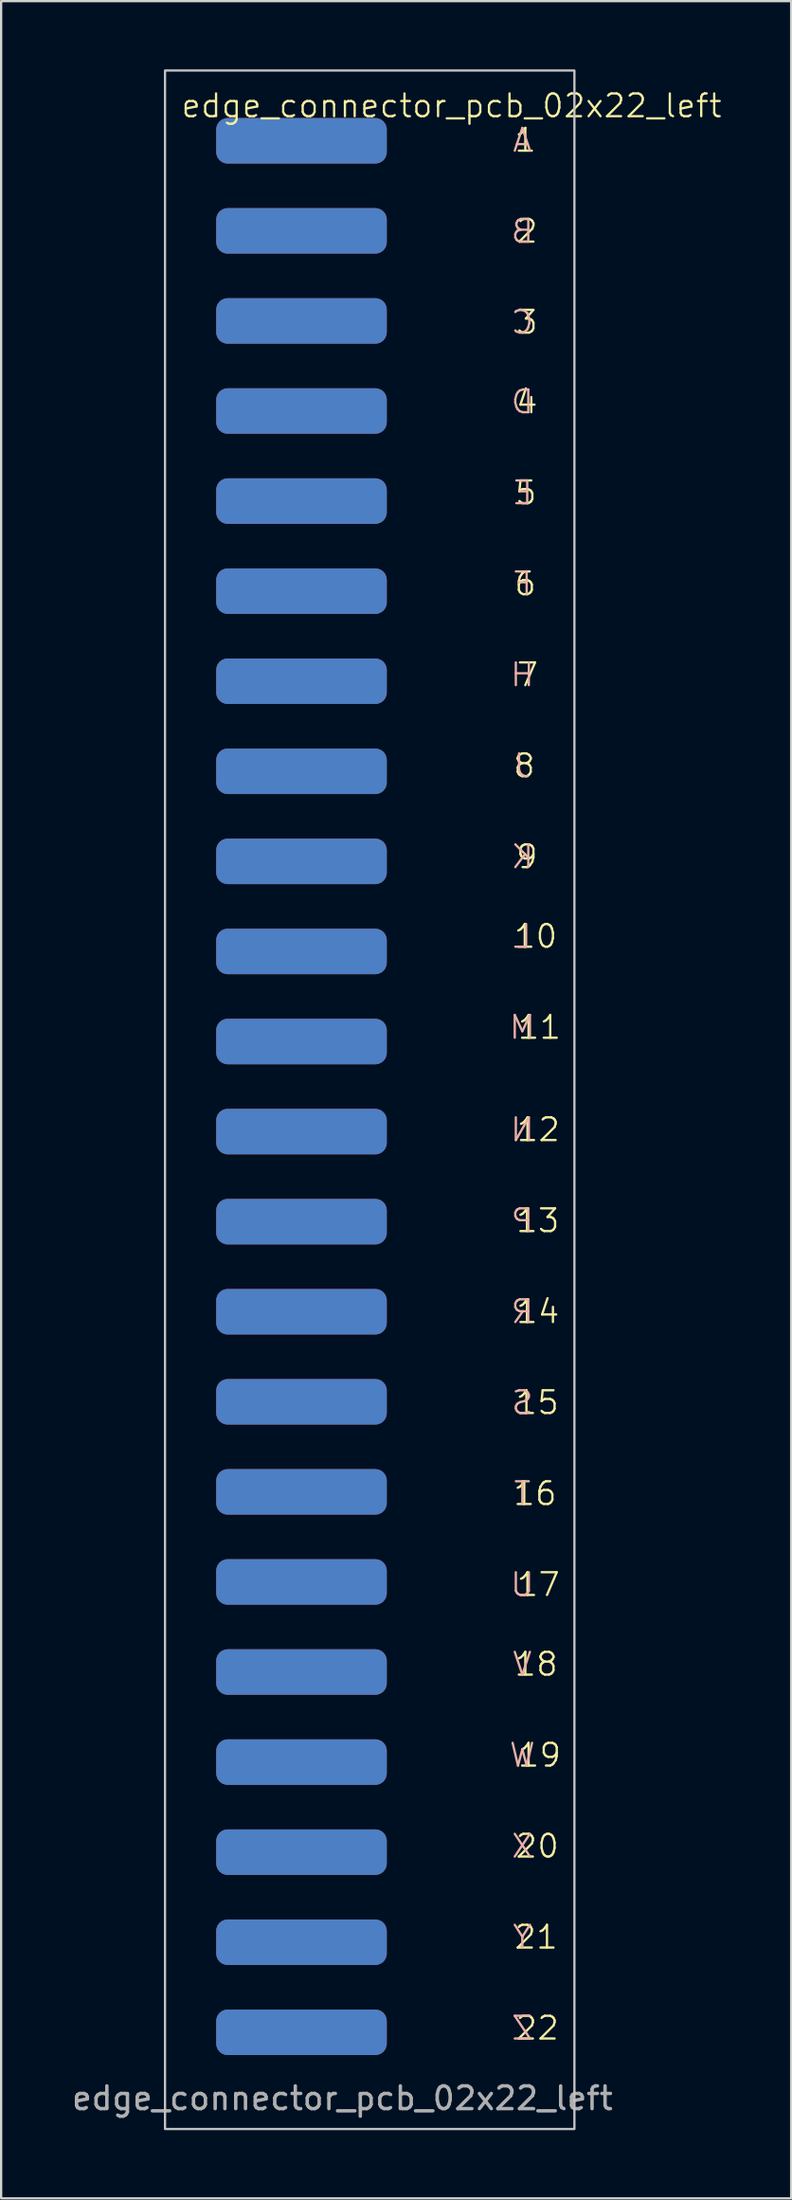
<source format=kicad_pcb>
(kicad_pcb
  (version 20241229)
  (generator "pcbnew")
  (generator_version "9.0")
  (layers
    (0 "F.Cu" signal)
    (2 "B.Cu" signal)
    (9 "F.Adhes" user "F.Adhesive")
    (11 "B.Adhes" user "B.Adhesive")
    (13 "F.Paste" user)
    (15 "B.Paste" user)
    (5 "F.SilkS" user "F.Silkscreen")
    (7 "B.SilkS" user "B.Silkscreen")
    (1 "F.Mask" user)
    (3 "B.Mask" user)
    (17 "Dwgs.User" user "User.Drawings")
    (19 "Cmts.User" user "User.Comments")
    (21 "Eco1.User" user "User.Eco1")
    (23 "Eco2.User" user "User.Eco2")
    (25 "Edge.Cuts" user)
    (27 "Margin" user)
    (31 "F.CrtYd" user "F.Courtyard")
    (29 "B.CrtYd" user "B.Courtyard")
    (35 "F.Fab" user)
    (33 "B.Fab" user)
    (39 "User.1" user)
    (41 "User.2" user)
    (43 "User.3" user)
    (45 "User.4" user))
  (footprint "edge_connector_pcb_02x22_left"
    (layer "F.Cu")
    (at 14.306 43.8)
    (property "Reference" "edge_connector_pcb_02x22_left" (at 2.5 -42.2 0) (unlocked yes) (layer "F.SilkS") (effects (font (size 1 1) (thickness 0.1))))
    (attr smd)
    (fp_rect (start -10.1 -43.75) (end 7.9 46.75) (stroke (width 0.1) (type default)) (fill no) (layer "Dwgs.User"))
    (fp_text user "18" (at 5.2 26.9 0) (unlocked yes) (layer "F.SilkS") (effects (font (size 1 1) (thickness 0.1)) (justify left bottom)))
    (fp_text user "21" (at 5.2 38.9 0) (unlocked yes) (layer "F.SilkS") (effects (font (size 1 1) (thickness 0.1)) (justify left bottom)))
    (fp_text user "3" (at 5.271 -32.1 0) (unlocked yes) (layer "F.SilkS") (effects (font (size 1 1) (thickness 0.1)) (justify left bottom)))
    (fp_text user "17" (at 5.295 23.4 0) (unlocked yes) (layer "F.SilkS") (effects (font (size 1 1) (thickness 0.1)) (justify left bottom)))
    (fp_text user "10" (at 5.176 -5.1 0) (unlocked yes) (layer "F.SilkS") (effects (font (size 1 1) (thickness 0.1)) (justify left bottom)))
    (fp_text user "22" (at 5.248 42.9 0) (unlocked yes) (layer "F.SilkS") (effects (font (size 1 1) (thickness 0.1)) (justify left bottom)))
    (fp_text user "19" (at 5.343 30.9 0) (unlocked yes) (layer "F.SilkS") (effects (font (size 1 1) (thickness 0.1)) (justify left bottom)))
    (fp_text user "5" (at 5.224 -24.6 0) (unlocked yes) (layer "F.SilkS") (effects (font (size 1 1) (thickness 0.1)) (justify left bottom)))
    (fp_text user "15" (at 5.248 15.4 0) (unlocked yes) (layer "F.SilkS") (effects (font (size 1 1) (thickness 0.1)) (justify left bottom)))
    (fp_text user "20" (at 5.248 34.9 0) (unlocked yes) (layer "F.SilkS") (effects (font (size 1 1) (thickness 0.1)) (justify left bottom)))
    (fp_text user "2" (at 5.271 -36.1 0) (unlocked yes) (layer "F.SilkS") (effects (font (size 1 1) (thickness 0.1)) (justify left bottom)))
    (fp_text user "13" (at 5.271 7.4 0) (unlocked yes) (layer "F.SilkS") (effects (font (size 1 1) (thickness 0.1)) (justify left bottom)))
    (fp_text user "6" (at 5.2 -20.6 0) (unlocked yes) (layer "F.SilkS") (effects (font (size 1 1) (thickness 0.1)) (justify left bottom)))
    (fp_text user "12" (at 5.295 3.4 0) (unlocked yes) (layer "F.SilkS") (effects (font (size 1 1) (thickness 0.1)) (justify left bottom)))
    (fp_text user "11" (at 5.343 -1.1 0) (unlocked yes) (layer "F.SilkS") (effects (font (size 1 1) (thickness 0.1)) (justify left bottom)))
    (fp_text user "7" (at 5.295 -16.6 0) (unlocked yes) (layer "F.SilkS") (effects (font (size 1 1) (thickness 0.1)) (justify left bottom)))
    (fp_text user "14" (at 5.271 11.4 0) (unlocked yes) (layer "F.SilkS") (effects (font (size 1 1) (thickness 0.1)) (justify left bottom)))
    (fp_text user "16" (at 5.152 19.4 0) (unlocked yes) (layer "F.SilkS") (effects (font (size 1 1) (thickness 0.1)) (justify left bottom)))
    (fp_text user "1" (at 5.2 -40.1 0) (unlocked yes) (layer "F.SilkS") (effects (font (size 1 1) (thickness 0.1)) (justify left bottom)))
    (fp_text user "9" (at 5.271 -8.6 0) (unlocked yes) (layer "F.SilkS") (effects (font (size 1 1) (thickness 0.1)) (justify left bottom)))
    (fp_text user "4" (at 5.271 -28.6 0) (unlocked yes) (layer "F.SilkS") (effects (font (size 1 1) (thickness 0.1)) (justify left bottom)))
    (fp_text user "8" (at 5.152 -12.6 0) (unlocked yes) (layer "F.SilkS") (effects (font (size 1 1) (thickness 0.1)) (justify left bottom)))
    (fp_text user "W" (at 6.248 30.9 0) (unlocked yes) (layer "B.SilkS") (effects (font (size 1 1) (thickness 0.1)) (justify left bottom mirror)))
    (fp_text user "C" (at 6.176 -32.1 0) (unlocked yes) (layer "B.SilkS") (effects (font (size 1 1) (thickness 0.1)) (justify left bottom mirror)))
    (fp_text user "S" (at 6.152 15.4 0) (unlocked yes) (layer "B.SilkS") (effects (font (size 1 1) (thickness 0.1)) (justify left bottom mirror)))
    (fp_text user "E" (at 6.129 -24.6 0) (unlocked yes) (layer "B.SilkS") (effects (font (size 1 1) (thickness 0.1)) (justify left bottom mirror)))
    (fp_text user "M" (at 6.248 -1.1 0) (unlocked yes) (layer "B.SilkS") (effects (font (size 1 1) (thickness 0.1)) (justify left bottom mirror)))
    (fp_text user "N" (at 6.2 3.4 0) (unlocked yes) (layer "B.SilkS") (effects (font (size 1 1) (thickness 0.1)) (justify left bottom mirror)))
    (fp_text user "L" (at 6.081 -5.1 0) (unlocked yes) (layer "B.SilkS") (effects (font (size 1 1) (thickness 0.1)) (justify left bottom mirror)))
    (fp_text user "K" (at 6.176 -8.6 0) (unlocked yes) (layer "B.SilkS") (effects (font (size 1 1) (thickness 0.1)) (justify left bottom mirror)))
    (fp_text user "U" (at 6.2 23.4 0) (unlocked yes) (layer "B.SilkS") (effects (font (size 1 1) (thickness 0.1)) (justify left bottom mirror)))
    (fp_text user "J" (at 6.057 -12.6 0) (unlocked yes) (layer "B.SilkS") (effects (font (size 1 1) (thickness 0.1)) (justify left bottom mirror)))
    (fp_text user "V" (at 6.105 26.9 0) (unlocked yes) (layer "B.SilkS") (effects (font (size 1 1) (thickness 0.1)) (justify left bottom mirror)))
    (fp_text user "B" (at 6.176 -36.1 0) (unlocked yes) (layer "B.SilkS") (effects (font (size 1 1) (thickness 0.1)) (justify left bottom mirror)))
    (fp_text user "Z" (at 6.152 42.9 0) (unlocked yes) (layer "B.SilkS") (effects (font (size 1 1) (thickness 0.1)) (justify left bottom mirror)))
    (fp_text user "P" (at 6.176 7.4 0) (unlocked yes) (layer "B.SilkS") (effects (font (size 1 1) (thickness 0.1)) (justify left bottom mirror)))
    (fp_text user "F" (at 6.105 -20.6 0) (unlocked yes) (layer "B.SilkS") (effects (font (size 1 1) (thickness 0.1)) (justify left bottom mirror)))
    (fp_text user "H" (at 6.2 -16.6 0) (unlocked yes) (layer "B.SilkS") (effects (font (size 1 1) (thickness 0.1)) (justify left bottom mirror)))
    (fp_text user "R" (at 6.176 11.4 0) (unlocked yes) (layer "B.SilkS") (effects (font (size 1 1) (thickness 0.1)) (justify left bottom mirror)))
    (fp_text user "D" (at 6.176 -28.6 0) (unlocked yes) (layer "B.SilkS") (effects (font (size 1 1) (thickness 0.1)) (justify left bottom mirror)))
    (fp_text user "A" (at 6.105 -40.1 0) (unlocked yes) (layer "B.SilkS") (effects (font (size 1 1) (thickness 0.1)) (justify left bottom mirror)))
    (fp_text user "X" (at 6.152 34.9 0) (unlocked yes) (layer "B.SilkS") (effects (font (size 1 1) (thickness 0.1)) (justify left bottom mirror)))
    (fp_text user "Y" (at 6.105 38.9 0) (unlocked yes) (layer "B.SilkS") (effects (font (size 1 1) (thickness 0.1)) (justify left bottom mirror)))
    (fp_text user "T" (at 6.057 19.4 0) (unlocked yes) (layer "B.SilkS") (effects (font (size 1 1) (thickness 0.1)) (justify left bottom mirror)))
    (fp_text user "${REFERENCE}" (at -2.3 45.4 0) (unlocked yes) (layer "F.Fab") (effects (font (size 1 1) (thickness 0.15))))
    (pad "1" smd roundrect (at -4.1 -40.66) (size 7.5 2) (layers "F.Cu" "F.Mask" "F.Paste") (roundrect_rratio 0.25))
    (pad "2" smd roundrect (at -4.1 -36.7) (size 7.5 2) (layers "F.Cu" "F.Mask" "F.Paste") (roundrect_rratio 0.25))
    (pad "3" smd roundrect (at -4.1 -32.74) (size 7.5 2) (layers "F.Cu" "F.Mask" "F.Paste") (roundrect_rratio 0.25))
    (pad "4" smd roundrect (at -4.1 -28.78) (size 7.5 2) (layers "F.Cu" "F.Mask" "F.Paste") (roundrect_rratio 0.25))
    (pad "5" smd roundrect (at -4.1 -24.82) (size 7.5 2) (layers "F.Cu" "F.Mask" "F.Paste") (roundrect_rratio 0.25))
    (pad "6" smd roundrect (at -4.1 -20.86) (size 7.5 2) (layers "F.Cu" "F.Mask" "F.Paste") (roundrect_rratio 0.25))
    (pad "7" smd roundrect (at -4.1 -16.9) (size 7.5 2) (layers "F.Cu" "F.Mask" "F.Paste") (roundrect_rratio 0.25))
    (pad "8" smd roundrect (at -4.1 -12.94) (size 7.5 2) (layers "F.Cu" "F.Mask" "F.Paste") (roundrect_rratio 0.25))
    (pad "9" smd roundrect (at -4.1 -8.98) (size 7.5 2) (layers "F.Cu" "F.Mask" "F.Paste") (roundrect_rratio 0.25))
    (pad "10" smd roundrect (at -4.1 -5.02) (size 7.5 2) (layers "F.Cu" "F.Mask" "F.Paste") (roundrect_rratio 0.25))
    (pad "11" smd roundrect (at -4.1 -1.06) (size 7.5 2) (layers "F.Cu" "F.Mask" "F.Paste") (roundrect_rratio 0.25))
    (pad "12" smd roundrect (at -4.1 2.9) (size 7.5 2) (layers "F.Cu" "F.Mask" "F.Paste") (roundrect_rratio 0.25))
    (pad "13" smd roundrect (at -4.1 6.86) (size 7.5 2) (layers "F.Cu" "F.Mask" "F.Paste") (roundrect_rratio 0.25))
    (pad "14" smd roundrect (at -4.1 10.82) (size 7.5 2) (layers "F.Cu" "F.Mask" "F.Paste") (roundrect_rratio 0.25))
    (pad "15" smd roundrect (at -4.1 14.78) (size 7.5 2) (layers "F.Cu" "F.Mask" "F.Paste") (roundrect_rratio 0.25))
    (pad "16" smd roundrect (at -4.1 18.74) (size 7.5 2) (layers "F.Cu" "F.Mask" "F.Paste") (roundrect_rratio 0.25))
    (pad "17" smd roundrect (at -4.1 22.7) (size 7.5 2) (layers "F.Cu" "F.Mask" "F.Paste") (roundrect_rratio 0.25))
    (pad "18" smd roundrect (at -4.1 26.66) (size 7.5 2) (layers "F.Cu" "F.Mask" "F.Paste") (roundrect_rratio 0.25))
    (pad "19" smd roundrect (at -4.1 30.62) (size 7.5 2) (layers "F.Cu" "F.Mask" "F.Paste") (roundrect_rratio 0.25))
    (pad "20" smd roundrect (at -4.1 34.58) (size 7.5 2) (layers "F.Cu" "F.Mask" "F.Paste") (roundrect_rratio 0.25))
    (pad "21" smd roundrect (at -4.1 38.54) (size 7.5 2) (layers "F.Cu" "F.Mask" "F.Paste") (roundrect_rratio 0.25))
    (pad "22" smd roundrect (at -4.1 42.5) (size 7.5 2) (layers "F.Cu" "F.Mask" "F.Paste") (roundrect_rratio 0.25))
    (pad "23" smd roundrect (at -4.1 -40.66) (size 7.5 2) (layers "B.Cu" "B.Mask" "B.Paste") (roundrect_rratio 0.25))
    (pad "24" smd roundrect (at -4.1 -36.7) (size 7.5 2) (layers "B.Cu" "B.Mask" "B.Paste") (roundrect_rratio 0.25))
    (pad "25" smd roundrect (at -4.1 -32.74) (size 7.5 2) (layers "B.Cu" "B.Mask" "B.Paste") (roundrect_rratio 0.25))
    (pad "26" smd roundrect (at -4.1 -28.78) (size 7.5 2) (layers "B.Cu" "B.Mask" "B.Paste") (roundrect_rratio 0.25))
    (pad "27" smd roundrect (at -4.1 -24.82) (size 7.5 2) (layers "B.Cu" "B.Mask" "B.Paste") (roundrect_rratio 0.25))
    (pad "28" smd roundrect (at -4.1 -20.86) (size 7.5 2) (layers "B.Cu" "B.Mask" "B.Paste") (roundrect_rratio 0.25))
    (pad "29" smd roundrect (at -4.1 -16.9) (size 7.5 2) (layers "B.Cu" "B.Mask" "B.Paste") (roundrect_rratio 0.25))
    (pad "30" smd roundrect (at -4.1 -12.94) (size 7.5 2) (layers "B.Cu" "B.Mask" "B.Paste") (roundrect_rratio 0.25))
    (pad "31" smd roundrect (at -4.1 -8.98) (size 7.5 2) (layers "B.Cu" "B.Mask" "B.Paste") (roundrect_rratio 0.25))
    (pad "32" smd roundrect (at -4.1 -5.02) (size 7.5 2) (layers "B.Cu" "B.Mask" "B.Paste") (roundrect_rratio 0.25))
    (pad "33" smd roundrect (at -4.1 -1.06) (size 7.5 2) (layers "B.Cu" "B.Mask" "B.Paste") (roundrect_rratio 0.25))
    (pad "34" smd roundrect (at -4.1 2.9) (size 7.5 2) (layers "B.Cu" "B.Mask" "B.Paste") (roundrect_rratio 0.25))
    (pad "35" smd roundrect (at -4.1 6.86) (size 7.5 2) (layers "B.Cu" "B.Mask" "B.Paste") (roundrect_rratio 0.25))
    (pad "36" smd roundrect (at -4.1 10.82) (size 7.5 2) (layers "B.Cu" "B.Mask" "B.Paste") (roundrect_rratio 0.25))
    (pad "37" smd roundrect (at -4.1 14.78) (size 7.5 2) (layers "B.Cu" "B.Mask" "B.Paste") (roundrect_rratio 0.25))
    (pad "38" smd roundrect (at -4.1 18.74) (size 7.5 2) (layers "B.Cu" "B.Mask" "B.Paste") (roundrect_rratio 0.25))
    (pad "39" smd roundrect (at -4.1 22.7) (size 7.5 2) (layers "B.Cu" "B.Mask" "B.Paste") (roundrect_rratio 0.25))
    (pad "40" smd roundrect (at -4.1 26.66) (size 7.5 2) (layers "B.Cu" "B.Mask" "B.Paste") (roundrect_rratio 0.25))
    (pad "41" smd roundrect (at -4.1 30.62) (size 7.5 2) (layers "B.Cu" "B.Mask" "B.Paste") (roundrect_rratio 0.25))
    (pad "42" smd roundrect (at -4.1 34.58) (size 7.5 2) (layers "B.Cu" "B.Mask" "B.Paste") (roundrect_rratio 0.25))
    (pad "43" smd roundrect (at -4.1 38.54) (size 7.5 2) (layers "B.Cu" "B.Mask" "B.Paste") (roundrect_rratio 0.25))
    (pad "44" smd roundrect (at -4.1 42.5) (size 7.5 2) (layers "B.Cu" "B.Mask" "B.Paste") (roundrect_rratio 0.25)))
  (gr_rect
    (start -3 -3)
    (end 31.737 93.6)
    (stroke (width 0.1) (type default))
    (fill no)
    (layer "Edge.Cuts")))
</source>
